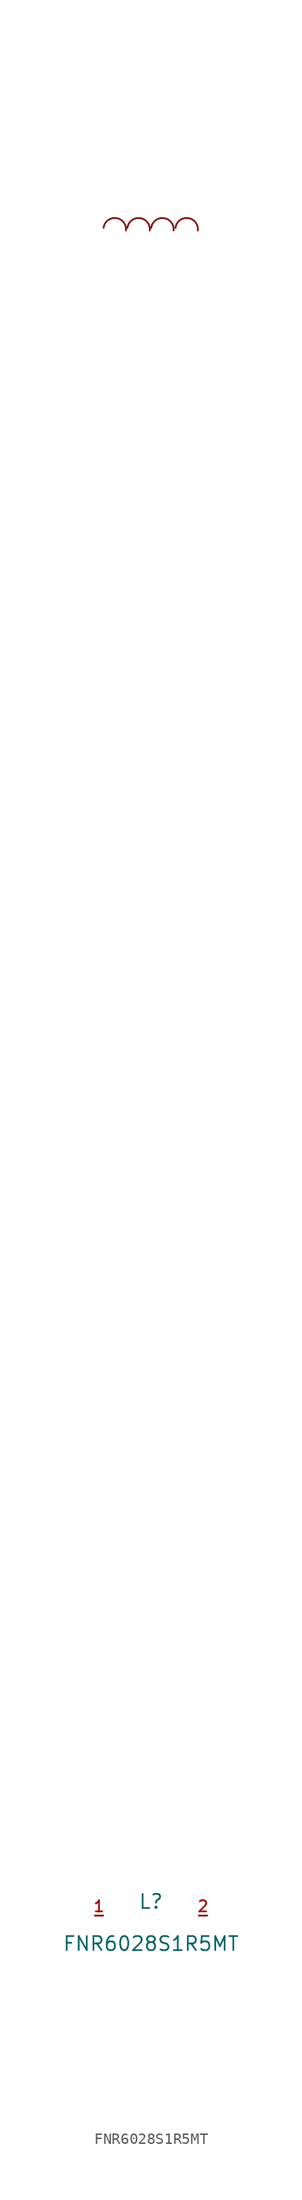
<source format=kicad_sym>
(kicad_symbol_lib
  (version 20210201)
  (generator TousstNicolas/JLC2KiCad_lib)
  (symbol "FNR6028S1R5MT"
    (pin_names hide)
    (property "Reference" "L"
      (at 0 1.27 0)
      (effects (font (size 1.27 1.27))))
    (property "Value" "FNR6028S1R5MT"
      (at 0 -2.54 0)
      (effects (font (size 1.27 1.27))))
    (symbol "FNR6028S1R5MT_0_1"
      (pin unspecified line (at 5.08 -0.0 180) (length 0.762) (name "2" (effects (font (size 1 1)))) (number "2" (effects (font (size 1 1)))))
      (pin unspecified line (at -5.08 -0.0 0) (length 0.762) (name "1" (effects (font (size 1 1)))) (number "1" (effects (font (size 1 1)))))
      (arc (start -2.2675798317689098 152.26577474375057) (mid -3.1589675383294846 153.39269454626879) (end -4.285887329344515 152.50130682516553) (stroke (width 0) (type default) (color 0 0 0 0)) (fill (type none)))
      (arc (start -0.11289020511819081 152.26516817215807) (mid -1.0043096562459306 153.39206286199257) (end -2.131204336687783 152.50064339899106) (stroke (width 0) (type default) (color 0 0 0 0)) (fill (type none)))
      (arc (start 2.037732096126408 152.26516817215807) (mid 1.146312644998668 153.39206286199257) (end 0.019417964556815614 152.50064339899106) (stroke (width 0) (type default) (color 0 0 0 0)) (fill (type none)))
      (arc (start 4.230518481699189 152.26567617317409) (mid 3.339099030571449 153.3925708630086) (end 2.2122043501295967 152.50115140000707) (stroke (width 0) (type default) (color 0 0 0 0)) (fill (type none))))))
</source>
